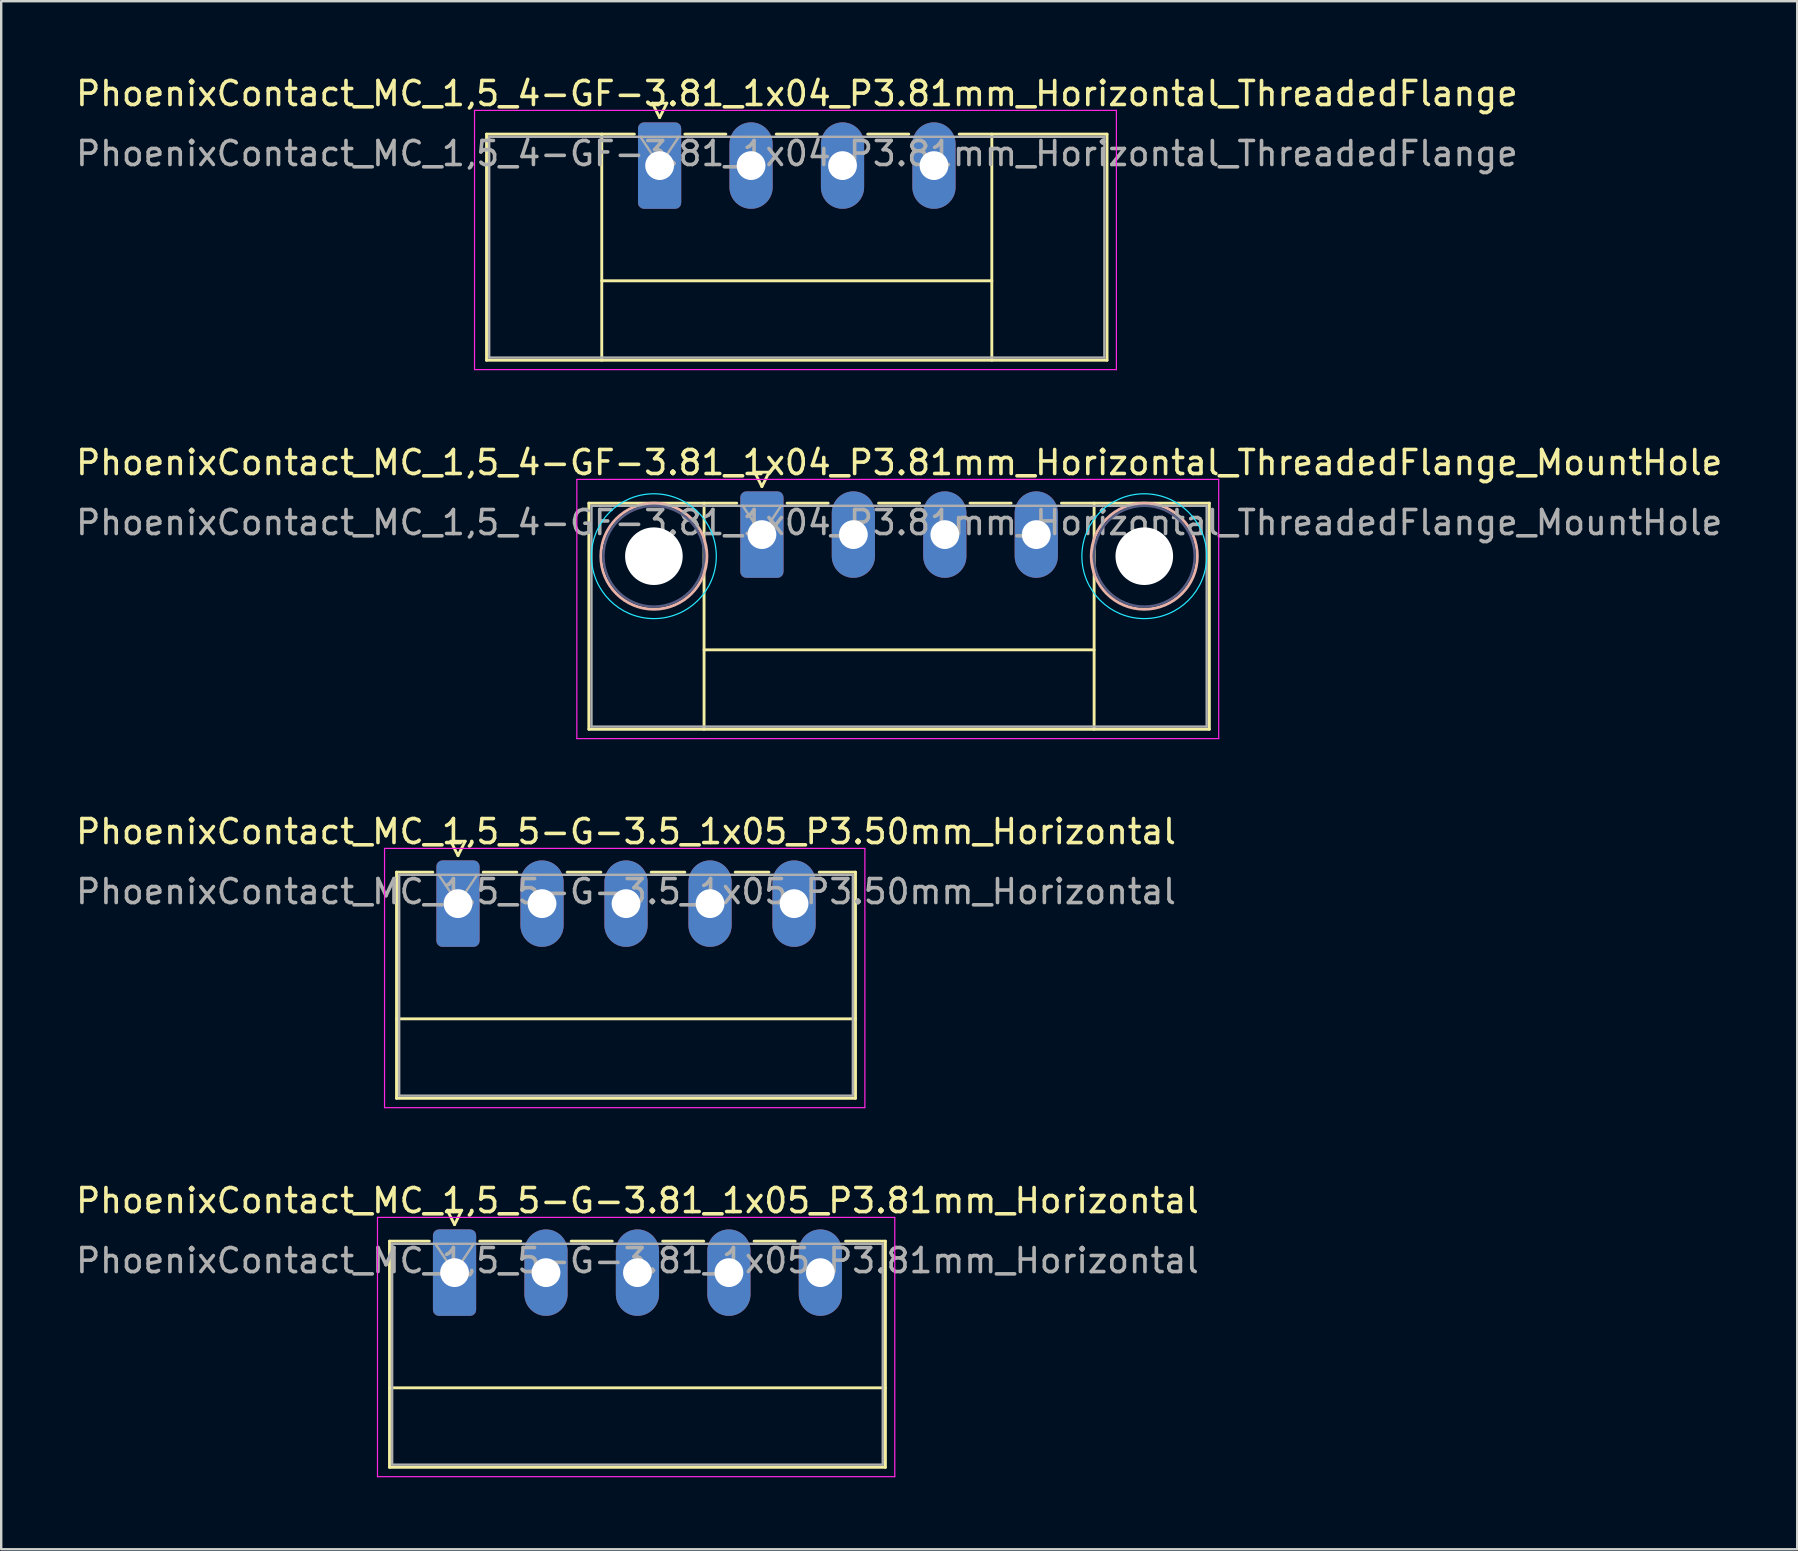
<source format=kicad_pcb>
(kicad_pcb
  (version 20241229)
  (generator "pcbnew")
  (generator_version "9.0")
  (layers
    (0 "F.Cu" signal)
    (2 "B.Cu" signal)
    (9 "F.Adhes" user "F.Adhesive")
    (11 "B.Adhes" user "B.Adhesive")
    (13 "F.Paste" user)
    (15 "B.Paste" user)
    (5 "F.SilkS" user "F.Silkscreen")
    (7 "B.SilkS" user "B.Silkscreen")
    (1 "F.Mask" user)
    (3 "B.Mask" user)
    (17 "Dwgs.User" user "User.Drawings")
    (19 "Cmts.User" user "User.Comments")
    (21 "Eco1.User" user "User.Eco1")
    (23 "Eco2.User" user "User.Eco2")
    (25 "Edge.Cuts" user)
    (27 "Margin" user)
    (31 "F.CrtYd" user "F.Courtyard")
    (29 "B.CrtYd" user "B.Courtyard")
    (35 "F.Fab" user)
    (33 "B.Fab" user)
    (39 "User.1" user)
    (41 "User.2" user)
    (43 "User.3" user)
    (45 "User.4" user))
  (footprint "PhoenixContact_MC_1,5_4-GF-3.81_1x04_P3.81mm_Horizontal_ThreadedFlange"
    (layer "F.Cu")
    (at 24.429 3.848)
    (property "Reference" "PhoenixContact_MC_1,5_4-GF-3.81_1x04_P3.81mm_Horizontal_ThreadedFlange" (at 5.72 -3 0) (layer "F.SilkS") (effects (font (size 1 1) (thickness 0.15))))
    (attr through_hole)
    (fp_line (start -7.21 -1.31) (end -7.21 8.11) (stroke (width 0.12) (type solid)) (layer "F.SilkS"))
    (fp_line (start -7.21 -1.31) (end -1.05 -1.31) (stroke (width 0.12) (type solid)) (layer "F.SilkS"))
    (fp_line (start -7.21 8.11) (end 18.64 8.11) (stroke (width 0.12) (type solid)) (layer "F.SilkS"))
    (fp_line (start -2.41 -1.31) (end -2.41 8.11) (stroke (width 0.12) (type solid)) (layer "F.SilkS"))
    (fp_line (start -2.41 4.8) (end 13.84 4.8) (stroke (width 0.12) (type solid)) (layer "F.SilkS"))
    (fp_line (start -0.3 -2.6) (end 0.3 -2.6) (stroke (width 0.12) (type solid)) (layer "F.SilkS"))
    (fp_line (start 0 -2) (end -0.3 -2.6) (stroke (width 0.12) (type solid)) (layer "F.SilkS"))
    (fp_line (start 0.3 -2.6) (end 0 -2) (stroke (width 0.12) (type solid)) (layer "F.SilkS"))
    (fp_line (start 1.05 -1.31) (end 2.76 -1.31) (stroke (width 0.12) (type solid)) (layer "F.SilkS"))
    (fp_line (start 4.86 -1.31) (end 6.57 -1.31) (stroke (width 0.12) (type solid)) (layer "F.SilkS"))
    (fp_line (start 8.67 -1.31) (end 10.38 -1.31) (stroke (width 0.12) (type solid)) (layer "F.SilkS"))
    (fp_line (start 13.84 -1.31) (end 13.84 8.11) (stroke (width 0.12) (type solid)) (layer "F.SilkS"))
    (fp_line (start 18.64 -1.31) (end 12.48 -1.31) (stroke (width 0.12) (type solid)) (layer "F.SilkS"))
    (fp_line (start 18.64 8.11) (end 18.64 -1.31) (stroke (width 0.12) (type solid)) (layer "F.SilkS"))
    (fp_line (start -7.71 -2.3) (end -7.71 8.5) (stroke (width 0.05) (type solid)) (layer "F.CrtYd"))
    (fp_line (start -7.71 8.5) (end 19.03 8.5) (stroke (width 0.05) (type solid)) (layer "F.CrtYd"))
    (fp_line (start 19.03 -2.3) (end -7.71 -2.3) (stroke (width 0.05) (type solid)) (layer "F.CrtYd"))
    (fp_line (start 19.03 8.5) (end 19.03 -2.3) (stroke (width 0.05) (type solid)) (layer "F.CrtYd"))
    (fp_line (start -7.1 -1.2) (end -7.1 8) (stroke (width 0.1) (type solid)) (layer "F.Fab"))
    (fp_line (start -7.1 8) (end 18.53 8) (stroke (width 0.1) (type solid)) (layer "F.Fab"))
    (fp_line (start 0 0) (end -0.8 -1.2) (stroke (width 0.1) (type solid)) (layer "F.Fab"))
    (fp_line (start 0.8 -1.2) (end 0 0) (stroke (width 0.1) (type solid)) (layer "F.Fab"))
    (fp_line (start 18.53 -1.2) (end -7.1 -1.2) (stroke (width 0.1) (type solid)) (layer "F.Fab"))
    (fp_line (start 18.53 8) (end 18.53 -1.2) (stroke (width 0.1) (type solid)) (layer "F.Fab"))
    (fp_text user "${REFERENCE}" (at 5.72 -0.5 0) (layer "F.Fab") (effects (font (size 1 1) (thickness 0.15))))
    (pad "1" thru_hole roundrect (at 0 0) (size 1.8 3.6) (drill 1.2) (layers "*.Cu" "*.Mask") (roundrect_rratio 0.139))
    (pad "2" thru_hole oval (at 3.81 0) (size 1.8 3.6) (drill 1.2) (layers "*.Cu" "*.Mask"))
    (pad "3" thru_hole oval (at 7.62 0) (size 1.8 3.6) (drill 1.2) (layers "*.Cu" "*.Mask"))
    (pad "4" thru_hole oval (at 11.43 0) (size 1.8 3.6) (drill 1.2) (layers "*.Cu" "*.Mask")))
  (footprint "PhoenixContact_MC_1,5_5-G-3.81_1x05_P3.81mm_Horizontal"
    (layer "F.Cu")
    (at 15.886 49.968)
    (property "Reference" "PhoenixContact_MC_1,5_5-G-3.81_1x05_P3.81mm_Horizontal" (at 7.62 -3 0) (layer "F.SilkS") (effects (font (size 1 1) (thickness 0.15))))
    (attr through_hole)
    (fp_line (start -2.71 -1.31) (end -2.71 8.11) (stroke (width 0.12) (type solid)) (layer "F.SilkS"))
    (fp_line (start -2.71 -1.31) (end -1.05 -1.31) (stroke (width 0.12) (type solid)) (layer "F.SilkS"))
    (fp_line (start -2.71 4.8) (end 17.95 4.8) (stroke (width 0.12) (type solid)) (layer "F.SilkS"))
    (fp_line (start -2.71 8.11) (end 17.95 8.11) (stroke (width 0.12) (type solid)) (layer "F.SilkS"))
    (fp_line (start -0.3 -2.6) (end 0.3 -2.6) (stroke (width 0.12) (type solid)) (layer "F.SilkS"))
    (fp_line (start 0 -2) (end -0.3 -2.6) (stroke (width 0.12) (type solid)) (layer "F.SilkS"))
    (fp_line (start 0.3 -2.6) (end 0 -2) (stroke (width 0.12) (type solid)) (layer "F.SilkS"))
    (fp_line (start 1.05 -1.31) (end 2.76 -1.31) (stroke (width 0.12) (type solid)) (layer "F.SilkS"))
    (fp_line (start 4.86 -1.31) (end 6.57 -1.31) (stroke (width 0.12) (type solid)) (layer "F.SilkS"))
    (fp_line (start 8.67 -1.31) (end 10.38 -1.31) (stroke (width 0.12) (type solid)) (layer "F.SilkS"))
    (fp_line (start 12.48 -1.31) (end 14.19 -1.31) (stroke (width 0.12) (type solid)) (layer "F.SilkS"))
    (fp_line (start 17.95 -1.31) (end 16.29 -1.31) (stroke (width 0.12) (type solid)) (layer "F.SilkS"))
    (fp_line (start 17.95 8.11) (end 17.95 -1.31) (stroke (width 0.12) (type solid)) (layer "F.SilkS"))
    (fp_line (start -3.21 -2.3) (end -3.21 8.5) (stroke (width 0.05) (type solid)) (layer "F.CrtYd"))
    (fp_line (start -3.21 8.5) (end 18.34 8.5) (stroke (width 0.05) (type solid)) (layer "F.CrtYd"))
    (fp_line (start 18.34 -2.3) (end -3.21 -2.3) (stroke (width 0.05) (type solid)) (layer "F.CrtYd"))
    (fp_line (start 18.34 8.5) (end 18.34 -2.3) (stroke (width 0.05) (type solid)) (layer "F.CrtYd"))
    (fp_line (start -2.6 -1.2) (end -2.6 8) (stroke (width 0.1) (type solid)) (layer "F.Fab"))
    (fp_line (start -2.6 8) (end 17.84 8) (stroke (width 0.1) (type solid)) (layer "F.Fab"))
    (fp_line (start 0 0) (end -0.8 -1.2) (stroke (width 0.1) (type solid)) (layer "F.Fab"))
    (fp_line (start 0.8 -1.2) (end 0 0) (stroke (width 0.1) (type solid)) (layer "F.Fab"))
    (fp_line (start 17.84 -1.2) (end -2.6 -1.2) (stroke (width 0.1) (type solid)) (layer "F.Fab"))
    (fp_line (start 17.84 8) (end 17.84 -1.2) (stroke (width 0.1) (type solid)) (layer "F.Fab"))
    (fp_text user "${REFERENCE}" (at 7.62 -0.5 0) (layer "F.Fab") (effects (font (size 1 1) (thickness 0.15))))
    (pad "1" thru_hole roundrect (at 0 0) (size 1.8 3.6) (drill 1.2) (layers "*.Cu" "*.Mask") (roundrect_rratio 0.139))
    (pad "2" thru_hole oval (at 3.81 0) (size 1.8 3.6) (drill 1.2) (layers "*.Cu" "*.Mask"))
    (pad "3" thru_hole oval (at 7.62 0) (size 1.8 3.6) (drill 1.2) (layers "*.Cu" "*.Mask"))
    (pad "4" thru_hole oval (at 11.43 0) (size 1.8 3.6) (drill 1.2) (layers "*.Cu" "*.Mask"))
    (pad "5" thru_hole oval (at 15.24 0) (size 1.8 3.6) (drill 1.2) (layers "*.Cu" "*.Mask")))
  (footprint "PhoenixContact_MC_1,5_4-GF-3.81_1x04_P3.81mm_Horizontal_ThreadedFlange_MountHole"
    (layer "F.Cu")
    (at 28.691 19.221)
    (property "Reference" "PhoenixContact_MC_1,5_4-GF-3.81_1x04_P3.81mm_Horizontal_ThreadedFlange_MountHole" (at 5.72 -3 0) (layer "F.SilkS") (effects (font (size 1 1) (thickness 0.15))))
    (attr through_hole)
    (fp_line (start -7.21 -1.31) (end -7.21 8.11) (stroke (width 0.12) (type solid)) (layer "F.SilkS"))
    (fp_line (start -7.21 -1.31) (end -1.05 -1.31) (stroke (width 0.12) (type solid)) (layer "F.SilkS"))
    (fp_line (start -7.21 8.11) (end 18.64 8.11) (stroke (width 0.12) (type solid)) (layer "F.SilkS"))
    (fp_line (start -2.41 -1.31) (end -2.41 8.11) (stroke (width 0.12) (type solid)) (layer "F.SilkS"))
    (fp_line (start -2.41 4.8) (end 13.84 4.8) (stroke (width 0.12) (type solid)) (layer "F.SilkS"))
    (fp_line (start -0.3 -2.6) (end 0.3 -2.6) (stroke (width 0.12) (type solid)) (layer "F.SilkS"))
    (fp_line (start 0 -2) (end -0.3 -2.6) (stroke (width 0.12) (type solid)) (layer "F.SilkS"))
    (fp_line (start 0.3 -2.6) (end 0 -2) (stroke (width 0.12) (type solid)) (layer "F.SilkS"))
    (fp_line (start 1.05 -1.31) (end 2.76 -1.31) (stroke (width 0.12) (type solid)) (layer "F.SilkS"))
    (fp_line (start 4.86 -1.31) (end 6.57 -1.31) (stroke (width 0.12) (type solid)) (layer "F.SilkS"))
    (fp_line (start 8.67 -1.31) (end 10.38 -1.31) (stroke (width 0.12) (type solid)) (layer "F.SilkS"))
    (fp_line (start 13.84 -1.31) (end 13.84 8.11) (stroke (width 0.12) (type solid)) (layer "F.SilkS"))
    (fp_line (start 18.64 -1.31) (end 12.48 -1.31) (stroke (width 0.12) (type solid)) (layer "F.SilkS"))
    (fp_line (start 18.64 8.11) (end 18.64 -1.31) (stroke (width 0.12) (type solid)) (layer "F.SilkS"))
    (fp_circle (center -4.5 0.9) (end -2.29 0.9) (stroke (width 0.12) (type solid)) (fill no) (layer "B.SilkS"))
    (fp_circle (center 15.93 0.9) (end 18.14 0.9) (stroke (width 0.12) (type solid)) (fill no) (layer "B.SilkS"))
    (fp_circle (center -4.5 0.9) (end -1.9 0.9) (stroke (width 0.05) (type solid)) (fill no) (layer "B.CrtYd"))
    (fp_circle (center 15.93 0.9) (end 18.53 0.9) (stroke (width 0.05) (type solid)) (fill no) (layer "B.CrtYd"))
    (fp_line (start -7.71 -2.3) (end -7.71 8.5) (stroke (width 0.05) (type solid)) (layer "F.CrtYd"))
    (fp_line (start -7.71 8.5) (end 19.03 8.5) (stroke (width 0.05) (type solid)) (layer "F.CrtYd"))
    (fp_line (start 19.03 -2.3) (end -7.71 -2.3) (stroke (width 0.05) (type solid)) (layer "F.CrtYd"))
    (fp_line (start 19.03 8.5) (end 19.03 -2.3) (stroke (width 0.05) (type solid)) (layer "F.CrtYd"))
    (fp_circle (center -4.5 0.9) (end -2.4 0.9) (stroke (width 0.1) (type solid)) (fill no) (layer "B.Fab"))
    (fp_circle (center 15.93 0.9) (end 18.03 0.9) (stroke (width 0.1) (type solid)) (fill no) (layer "B.Fab"))
    (fp_line (start -7.1 -1.2) (end -7.1 8) (stroke (width 0.1) (type solid)) (layer "F.Fab"))
    (fp_line (start -7.1 8) (end 18.53 8) (stroke (width 0.1) (type solid)) (layer "F.Fab"))
    (fp_line (start 0 0) (end -0.8 -1.2) (stroke (width 0.1) (type solid)) (layer "F.Fab"))
    (fp_line (start 0.8 -1.2) (end 0 0) (stroke (width 0.1) (type solid)) (layer "F.Fab"))
    (fp_line (start 18.53 -1.2) (end -7.1 -1.2) (stroke (width 0.1) (type solid)) (layer "F.Fab"))
    (fp_line (start 18.53 8) (end 18.53 -1.2) (stroke (width 0.1) (type solid)) (layer "F.Fab"))
    (fp_text user "${REFERENCE}" (at 5.72 -0.5 0) (layer "F.Fab") (effects (font (size 1 1) (thickness 0.15))))
    (pad "" np_thru_hole circle (at -4.5 0.9) (size 2.4 2.4) (drill 2.4) (layers "*.Cu" "*.Mask"))
    (pad "" np_thru_hole circle (at 15.93 0.9) (size 2.4 2.4) (drill 2.4) (layers "*.Cu" "*.Mask"))
    (pad "1" thru_hole roundrect (at 0 0) (size 1.8 3.6) (drill 1.2) (layers "*.Cu" "*.Mask") (roundrect_rratio 0.139))
    (pad "2" thru_hole oval (at 3.81 0) (size 1.8 3.6) (drill 1.2) (layers "*.Cu" "*.Mask"))
    (pad "3" thru_hole oval (at 7.62 0) (size 1.8 3.6) (drill 1.2) (layers "*.Cu" "*.Mask"))
    (pad "4" thru_hole oval (at 11.43 0) (size 1.8 3.6) (drill 1.2) (layers "*.Cu" "*.Mask")))
  (footprint "PhoenixContact_MC_1,5_5-G-3.5_1x05_P3.50mm_Horizontal"
    (layer "F.Cu")
    (at 16.03 34.595)
    (property "Reference" "PhoenixContact_MC_1,5_5-G-3.5_1x05_P3.50mm_Horizontal" (at 7 -3 0) (layer "F.SilkS") (effects (font (size 1 1) (thickness 0.15))))
    (attr through_hole)
    (fp_line (start -2.56 -1.31) (end -2.56 8.11) (stroke (width 0.12) (type solid)) (layer "F.SilkS"))
    (fp_line (start -2.56 -1.31) (end -1.05 -1.31) (stroke (width 0.12) (type solid)) (layer "F.SilkS"))
    (fp_line (start -2.56 4.8) (end 16.56 4.8) (stroke (width 0.12) (type solid)) (layer "F.SilkS"))
    (fp_line (start -2.56 8.11) (end 16.56 8.11) (stroke (width 0.12) (type solid)) (layer "F.SilkS"))
    (fp_line (start -0.3 -2.6) (end 0.3 -2.6) (stroke (width 0.12) (type solid)) (layer "F.SilkS"))
    (fp_line (start 0 -2) (end -0.3 -2.6) (stroke (width 0.12) (type solid)) (layer "F.SilkS"))
    (fp_line (start 0.3 -2.6) (end 0 -2) (stroke (width 0.12) (type solid)) (layer "F.SilkS"))
    (fp_line (start 1.05 -1.31) (end 2.45 -1.31) (stroke (width 0.12) (type solid)) (layer "F.SilkS"))
    (fp_line (start 4.55 -1.31) (end 5.95 -1.31) (stroke (width 0.12) (type solid)) (layer "F.SilkS"))
    (fp_line (start 8.05 -1.31) (end 9.45 -1.31) (stroke (width 0.12) (type solid)) (layer "F.SilkS"))
    (fp_line (start 11.55 -1.31) (end 12.95 -1.31) (stroke (width 0.12) (type solid)) (layer "F.SilkS"))
    (fp_line (start 16.56 -1.31) (end 15.05 -1.31) (stroke (width 0.12) (type solid)) (layer "F.SilkS"))
    (fp_line (start 16.56 8.11) (end 16.56 -1.31) (stroke (width 0.12) (type solid)) (layer "F.SilkS"))
    (fp_line (start -3.06 -2.3) (end -3.06 8.5) (stroke (width 0.05) (type solid)) (layer "F.CrtYd"))
    (fp_line (start -3.06 8.5) (end 16.95 8.5) (stroke (width 0.05) (type solid)) (layer "F.CrtYd"))
    (fp_line (start 16.95 -2.3) (end -3.06 -2.3) (stroke (width 0.05) (type solid)) (layer "F.CrtYd"))
    (fp_line (start 16.95 8.5) (end 16.95 -2.3) (stroke (width 0.05) (type solid)) (layer "F.CrtYd"))
    (fp_line (start -2.45 -1.2) (end -2.45 8) (stroke (width 0.1) (type solid)) (layer "F.Fab"))
    (fp_line (start -2.45 8) (end 16.45 8) (stroke (width 0.1) (type solid)) (layer "F.Fab"))
    (fp_line (start 0 0) (end -0.8 -1.2) (stroke (width 0.1) (type solid)) (layer "F.Fab"))
    (fp_line (start 0.8 -1.2) (end 0 0) (stroke (width 0.1) (type solid)) (layer "F.Fab"))
    (fp_line (start 16.45 -1.2) (end -2.45 -1.2) (stroke (width 0.1) (type solid)) (layer "F.Fab"))
    (fp_line (start 16.45 8) (end 16.45 -1.2) (stroke (width 0.1) (type solid)) (layer "F.Fab"))
    (fp_text user "${REFERENCE}" (at 7 -0.5 0) (layer "F.Fab") (effects (font (size 1 1) (thickness 0.15))))
    (pad "1" thru_hole roundrect (at 0 0) (size 1.8 3.6) (drill 1.2) (layers "*.Cu" "*.Mask") (roundrect_rratio 0.139))
    (pad "2" thru_hole oval (at 3.5 0) (size 1.8 3.6) (drill 1.2) (layers "*.Cu" "*.Mask"))
    (pad "3" thru_hole oval (at 7 0) (size 1.8 3.6) (drill 1.2) (layers "*.Cu" "*.Mask"))
    (pad "4" thru_hole oval (at 10.5 0) (size 1.8 3.6) (drill 1.2) (layers "*.Cu" "*.Mask"))
    (pad "5" thru_hole oval (at 14 0) (size 1.8 3.6) (drill 1.2) (layers "*.Cu" "*.Mask")))
  (gr_rect
    (start -3 -3)
    (end 71.821 61.493)
    (stroke (width 0.1) (type default))
    (fill no)
    (layer "Edge.Cuts")))
</source>
